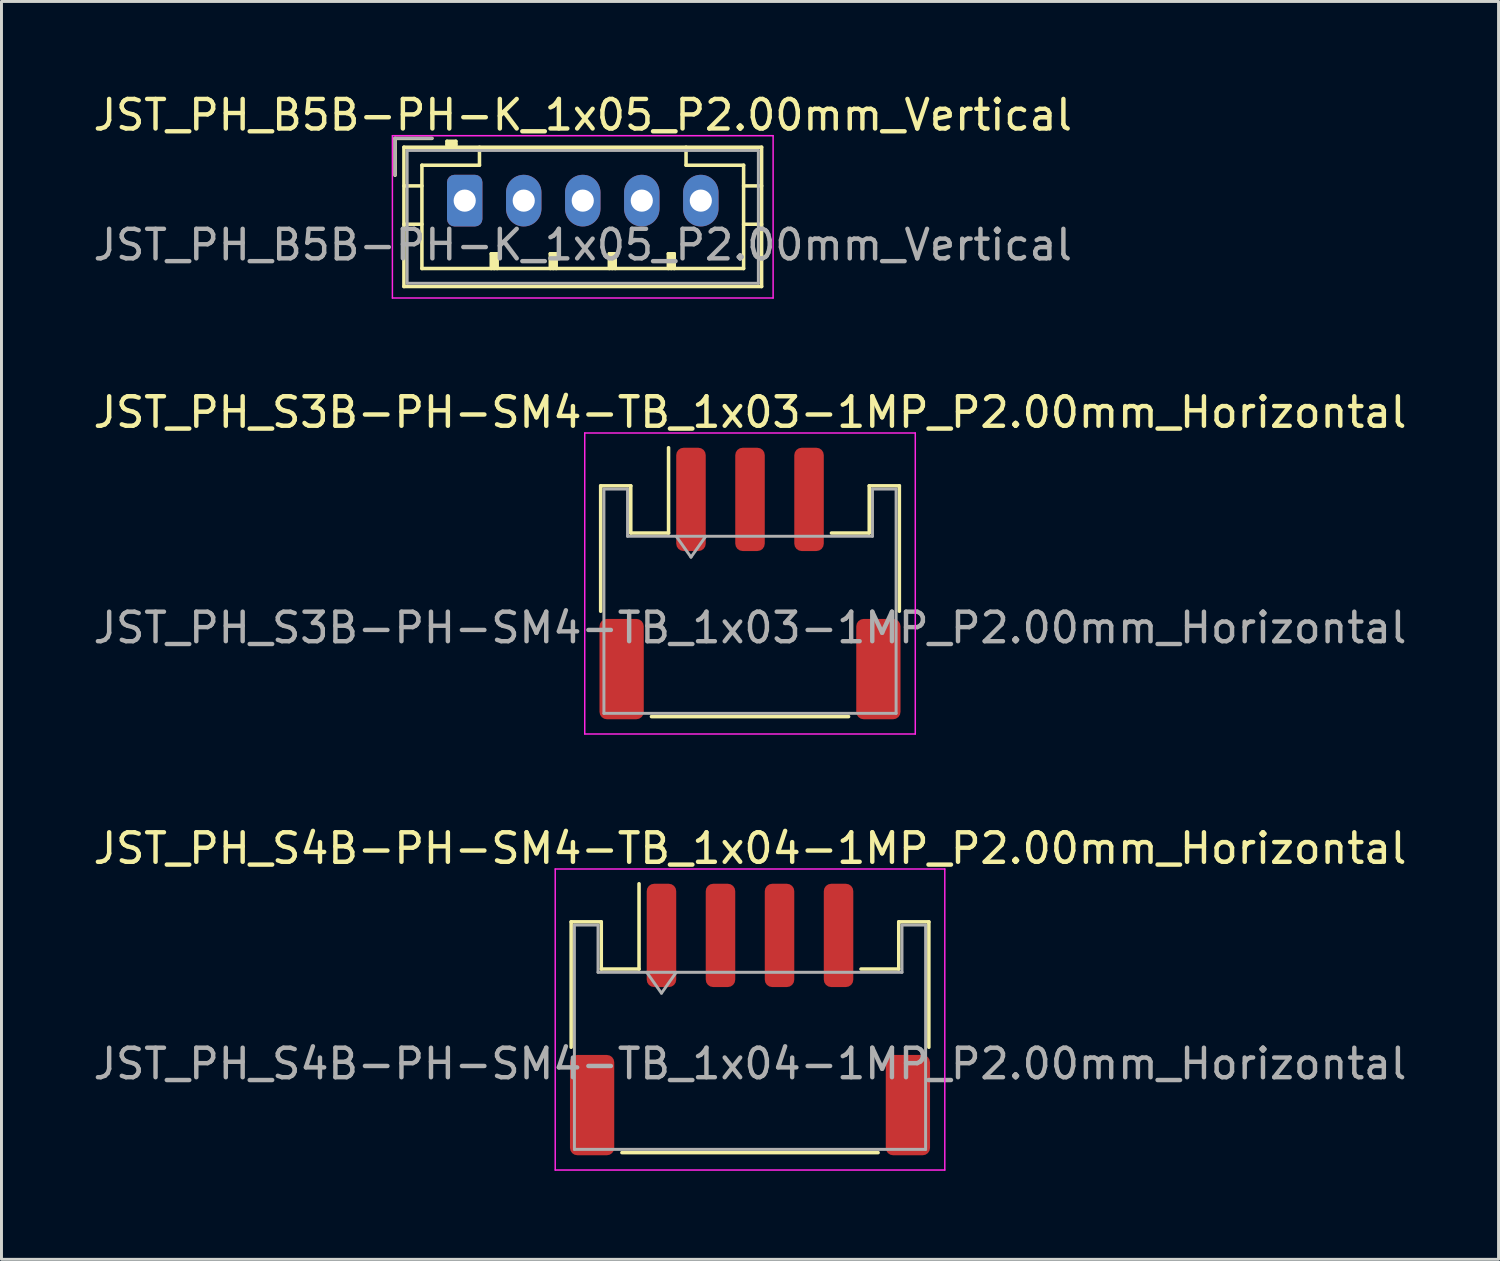
<source format=kicad_pcb>
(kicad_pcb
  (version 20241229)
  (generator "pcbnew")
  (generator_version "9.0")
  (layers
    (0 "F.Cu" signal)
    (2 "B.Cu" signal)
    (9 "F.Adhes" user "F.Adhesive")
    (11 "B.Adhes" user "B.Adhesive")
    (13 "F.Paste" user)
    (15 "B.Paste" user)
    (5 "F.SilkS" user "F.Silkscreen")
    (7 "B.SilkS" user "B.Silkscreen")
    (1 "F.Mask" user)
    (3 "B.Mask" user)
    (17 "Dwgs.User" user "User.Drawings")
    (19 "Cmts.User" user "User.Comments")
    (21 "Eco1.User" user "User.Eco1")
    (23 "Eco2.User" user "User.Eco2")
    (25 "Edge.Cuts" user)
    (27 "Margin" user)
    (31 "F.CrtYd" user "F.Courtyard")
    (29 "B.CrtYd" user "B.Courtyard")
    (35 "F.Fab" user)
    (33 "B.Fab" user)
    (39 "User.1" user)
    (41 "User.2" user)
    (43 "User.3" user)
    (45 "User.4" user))
  (footprint "JST_PH_S3B-PH-SM4-TB_1x03-1MP_P2.00mm_Horizontal"
    (layer "F.Cu")
    (at 22.363 16.721)
    (property "Reference" "JST_PH_S3B-PH-SM4-TB_1x03-1MP_P2.00mm_Horizontal" (at 0 -5.8 0) (layer "F.SilkS") (effects (font (size 1 1) (thickness 0.15))))
    (attr smd)
    (fp_line (start -5.06 -3.31) (end -4.04 -3.31) (stroke (width 0.12) (type solid)) (layer "F.SilkS"))
    (fp_line (start -5.06 0.94) (end -5.06 -3.31) (stroke (width 0.12) (type solid)) (layer "F.SilkS"))
    (fp_line (start -4.04 -3.31) (end -4.04 -1.71) (stroke (width 0.12) (type solid)) (layer "F.SilkS"))
    (fp_line (start -4.04 -1.71) (end -2.76 -1.71) (stroke (width 0.12) (type solid)) (layer "F.SilkS"))
    (fp_line (start -3.34 4.51) (end 3.34 4.51) (stroke (width 0.12) (type solid)) (layer "F.SilkS"))
    (fp_line (start -2.76 -1.71) (end -2.76 -4.6) (stroke (width 0.12) (type solid)) (layer "F.SilkS"))
    (fp_line (start 4.04 -3.31) (end 4.04 -1.71) (stroke (width 0.12) (type solid)) (layer "F.SilkS"))
    (fp_line (start 4.04 -1.71) (end 2.76 -1.71) (stroke (width 0.12) (type solid)) (layer "F.SilkS"))
    (fp_line (start 5.06 -3.31) (end 4.04 -3.31) (stroke (width 0.12) (type solid)) (layer "F.SilkS"))
    (fp_line (start 5.06 0.94) (end 5.06 -3.31) (stroke (width 0.12) (type solid)) (layer "F.SilkS"))
    (fp_line (start -5.6 -5.1) (end -5.6 5.1) (stroke (width 0.05) (type solid)) (layer "F.CrtYd"))
    (fp_line (start -5.6 5.1) (end 5.6 5.1) (stroke (width 0.05) (type solid)) (layer "F.CrtYd"))
    (fp_line (start 5.6 -5.1) (end -5.6 -5.1) (stroke (width 0.05) (type solid)) (layer "F.CrtYd"))
    (fp_line (start 5.6 5.1) (end 5.6 -5.1) (stroke (width 0.05) (type solid)) (layer "F.CrtYd"))
    (fp_line (start -4.95 -3.2) (end -4.95 4.4) (stroke (width 0.1) (type solid)) (layer "F.Fab"))
    (fp_line (start -4.95 -3.2) (end -4.15 -3.2) (stroke (width 0.1) (type solid)) (layer "F.Fab"))
    (fp_line (start -4.95 4.4) (end 4.95 4.4) (stroke (width 0.1) (type solid)) (layer "F.Fab"))
    (fp_line (start -4.15 -3.2) (end -4.15 -1.6) (stroke (width 0.1) (type solid)) (layer "F.Fab"))
    (fp_line (start -4.15 -1.6) (end 4.15 -1.6) (stroke (width 0.1) (type solid)) (layer "F.Fab"))
    (fp_line (start -2.5 -1.6) (end -2 -0.893) (stroke (width 0.1) (type solid)) (layer "F.Fab"))
    (fp_line (start -2 -0.893) (end -1.5 -1.6) (stroke (width 0.1) (type solid)) (layer "F.Fab"))
    (fp_line (start 4.15 -3.2) (end 4.95 -3.2) (stroke (width 0.1) (type solid)) (layer "F.Fab"))
    (fp_line (start 4.15 -1.6) (end 4.15 -3.2) (stroke (width 0.1) (type solid)) (layer "F.Fab"))
    (fp_line (start 4.95 -3.2) (end 4.95 4.4) (stroke (width 0.1) (type solid)) (layer "F.Fab"))
    (fp_text user "${REFERENCE}" (at 0 1.5 0) (layer "F.Fab") (effects (font (size 1 1) (thickness 0.15))))
    (pad "1" smd roundrect (at -2 -2.85) (size 1 3.5) (layers "F.Cu" "F.Mask" "F.Paste") (roundrect_rratio 0.25))
    (pad "2" smd roundrect (at 0 -2.85) (size 1 3.5) (layers "F.Cu" "F.Mask" "F.Paste") (roundrect_rratio 0.25))
    (pad "3" smd roundrect (at 2 -2.85) (size 1 3.5) (layers "F.Cu" "F.Mask" "F.Paste") (roundrect_rratio 0.25))
    (pad "MP" smd roundrect (at -4.35 2.9) (size 1.5 3.4) (layers "F.Cu" "F.Mask" "F.Paste") (roundrect_rratio 0.167))
    (pad "MP" smd roundrect (at 4.35 2.9) (size 1.5 3.4) (layers "F.Cu" "F.Mask" "F.Paste") (roundrect_rratio 0.167)))
  (footprint "JST_PH_S4B-PH-SM4-TB_1x04-1MP_P2.00mm_Horizontal"
    (layer "F.Cu")
    (at 22.363 31.495)
    (property "Reference" "JST_PH_S4B-PH-SM4-TB_1x04-1MP_P2.00mm_Horizontal" (at 0 -5.8 0) (layer "F.SilkS") (effects (font (size 1 1) (thickness 0.15))))
    (attr smd)
    (fp_line (start -6.06 -3.31) (end -5.04 -3.31) (stroke (width 0.12) (type solid)) (layer "F.SilkS"))
    (fp_line (start -6.06 0.94) (end -6.06 -3.31) (stroke (width 0.12) (type solid)) (layer "F.SilkS"))
    (fp_line (start -5.04 -3.31) (end -5.04 -1.71) (stroke (width 0.12) (type solid)) (layer "F.SilkS"))
    (fp_line (start -5.04 -1.71) (end -3.76 -1.71) (stroke (width 0.12) (type solid)) (layer "F.SilkS"))
    (fp_line (start -4.34 4.51) (end 4.34 4.51) (stroke (width 0.12) (type solid)) (layer "F.SilkS"))
    (fp_line (start -3.76 -1.71) (end -3.76 -4.6) (stroke (width 0.12) (type solid)) (layer "F.SilkS"))
    (fp_line (start 5.04 -3.31) (end 5.04 -1.71) (stroke (width 0.12) (type solid)) (layer "F.SilkS"))
    (fp_line (start 5.04 -1.71) (end 3.76 -1.71) (stroke (width 0.12) (type solid)) (layer "F.SilkS"))
    (fp_line (start 6.06 -3.31) (end 5.04 -3.31) (stroke (width 0.12) (type solid)) (layer "F.SilkS"))
    (fp_line (start 6.06 0.94) (end 6.06 -3.31) (stroke (width 0.12) (type solid)) (layer "F.SilkS"))
    (fp_line (start -6.6 -5.1) (end -6.6 5.1) (stroke (width 0.05) (type solid)) (layer "F.CrtYd"))
    (fp_line (start -6.6 5.1) (end 6.6 5.1) (stroke (width 0.05) (type solid)) (layer "F.CrtYd"))
    (fp_line (start 6.6 -5.1) (end -6.6 -5.1) (stroke (width 0.05) (type solid)) (layer "F.CrtYd"))
    (fp_line (start 6.6 5.1) (end 6.6 -5.1) (stroke (width 0.05) (type solid)) (layer "F.CrtYd"))
    (fp_line (start -5.95 -3.2) (end -5.95 4.4) (stroke (width 0.1) (type solid)) (layer "F.Fab"))
    (fp_line (start -5.95 -3.2) (end -5.15 -3.2) (stroke (width 0.1) (type solid)) (layer "F.Fab"))
    (fp_line (start -5.95 4.4) (end 5.95 4.4) (stroke (width 0.1) (type solid)) (layer "F.Fab"))
    (fp_line (start -5.15 -3.2) (end -5.15 -1.6) (stroke (width 0.1) (type solid)) (layer "F.Fab"))
    (fp_line (start -5.15 -1.6) (end 5.15 -1.6) (stroke (width 0.1) (type solid)) (layer "F.Fab"))
    (fp_line (start -3.5 -1.6) (end -3 -0.893) (stroke (width 0.1) (type solid)) (layer "F.Fab"))
    (fp_line (start -3 -0.893) (end -2.5 -1.6) (stroke (width 0.1) (type solid)) (layer "F.Fab"))
    (fp_line (start 5.15 -3.2) (end 5.95 -3.2) (stroke (width 0.1) (type solid)) (layer "F.Fab"))
    (fp_line (start 5.15 -1.6) (end 5.15 -3.2) (stroke (width 0.1) (type solid)) (layer "F.Fab"))
    (fp_line (start 5.95 -3.2) (end 5.95 4.4) (stroke (width 0.1) (type solid)) (layer "F.Fab"))
    (fp_text user "${REFERENCE}" (at 0 1.5 0) (layer "F.Fab") (effects (font (size 1 1) (thickness 0.15))))
    (pad "1" smd roundrect (at -3 -2.85) (size 1 3.5) (layers "F.Cu" "F.Mask" "F.Paste") (roundrect_rratio 0.25))
    (pad "2" smd roundrect (at -1 -2.85) (size 1 3.5) (layers "F.Cu" "F.Mask" "F.Paste") (roundrect_rratio 0.25))
    (pad "3" smd roundrect (at 1 -2.85) (size 1 3.5) (layers "F.Cu" "F.Mask" "F.Paste") (roundrect_rratio 0.25))
    (pad "4" smd roundrect (at 3 -2.85) (size 1 3.5) (layers "F.Cu" "F.Mask" "F.Paste") (roundrect_rratio 0.25))
    (pad "MP" smd roundrect (at -5.35 2.9) (size 1.5 3.4) (layers "F.Cu" "F.Mask" "F.Paste") (roundrect_rratio 0.167))
    (pad "MP" smd roundrect (at 5.35 2.9) (size 1.5 3.4) (layers "F.Cu" "F.Mask" "F.Paste") (roundrect_rratio 0.167)))
  (footprint "JST_PH_B5B-PH-K_1x05_P2.00mm_Vertical"
    (layer "F.Cu")
    (at 12.696 3.748)
    (property "Reference" "JST_PH_B5B-PH-K_1x05_P2.00mm_Vertical" (at 4 -2.9 0) (layer "F.SilkS") (effects (font (size 1 1) (thickness 0.15))))
    (attr through_hole)
    (fp_line (start -2.36 -2.11) (end -2.36 -0.86) (stroke (width 0.12) (type solid)) (layer "F.SilkS"))
    (fp_line (start -2.06 -1.81) (end -2.06 2.91) (stroke (width 0.12) (type solid)) (layer "F.SilkS"))
    (fp_line (start -2.06 -0.5) (end -1.45 -0.5) (stroke (width 0.12) (type solid)) (layer "F.SilkS"))
    (fp_line (start -2.06 0.8) (end -1.45 0.8) (stroke (width 0.12) (type solid)) (layer "F.SilkS"))
    (fp_line (start -2.06 2.91) (end 10.06 2.91) (stroke (width 0.12) (type solid)) (layer "F.SilkS"))
    (fp_line (start -1.45 -1.2) (end -1.45 2.3) (stroke (width 0.12) (type solid)) (layer "F.SilkS"))
    (fp_line (start -1.45 2.3) (end 9.45 2.3) (stroke (width 0.12) (type solid)) (layer "F.SilkS"))
    (fp_line (start -1.11 -2.11) (end -2.36 -2.11) (stroke (width 0.12) (type solid)) (layer "F.SilkS"))
    (fp_line (start -0.6 -2.01) (end -0.6 -1.81) (stroke (width 0.12) (type solid)) (layer "F.SilkS"))
    (fp_line (start -0.3 -2.01) (end -0.6 -2.01) (stroke (width 0.12) (type solid)) (layer "F.SilkS"))
    (fp_line (start -0.3 -1.91) (end -0.6 -1.91) (stroke (width 0.12) (type solid)) (layer "F.SilkS"))
    (fp_line (start -0.3 -1.81) (end -0.3 -2.01) (stroke (width 0.12) (type solid)) (layer "F.SilkS"))
    (fp_line (start 0.5 -1.81) (end 0.5 -1.2) (stroke (width 0.12) (type solid)) (layer "F.SilkS"))
    (fp_line (start 0.5 -1.2) (end -1.45 -1.2) (stroke (width 0.12) (type solid)) (layer "F.SilkS"))
    (fp_line (start 0.9 1.8) (end 1.1 1.8) (stroke (width 0.12) (type solid)) (layer "F.SilkS"))
    (fp_line (start 0.9 2.3) (end 0.9 1.8) (stroke (width 0.12) (type solid)) (layer "F.SilkS"))
    (fp_line (start 1 2.3) (end 1 1.8) (stroke (width 0.12) (type solid)) (layer "F.SilkS"))
    (fp_line (start 1.1 1.8) (end 1.1 2.3) (stroke (width 0.12) (type solid)) (layer "F.SilkS"))
    (fp_line (start 2.9 1.8) (end 3.1 1.8) (stroke (width 0.12) (type solid)) (layer "F.SilkS"))
    (fp_line (start 2.9 2.3) (end 2.9 1.8) (stroke (width 0.12) (type solid)) (layer "F.SilkS"))
    (fp_line (start 3 2.3) (end 3 1.8) (stroke (width 0.12) (type solid)) (layer "F.SilkS"))
    (fp_line (start 3.1 1.8) (end 3.1 2.3) (stroke (width 0.12) (type solid)) (layer "F.SilkS"))
    (fp_line (start 4.9 1.8) (end 5.1 1.8) (stroke (width 0.12) (type solid)) (layer "F.SilkS"))
    (fp_line (start 4.9 2.3) (end 4.9 1.8) (stroke (width 0.12) (type solid)) (layer "F.SilkS"))
    (fp_line (start 5 2.3) (end 5 1.8) (stroke (width 0.12) (type solid)) (layer "F.SilkS"))
    (fp_line (start 5.1 1.8) (end 5.1 2.3) (stroke (width 0.12) (type solid)) (layer "F.SilkS"))
    (fp_line (start 6.9 1.8) (end 7.1 1.8) (stroke (width 0.12) (type solid)) (layer "F.SilkS"))
    (fp_line (start 6.9 2.3) (end 6.9 1.8) (stroke (width 0.12) (type solid)) (layer "F.SilkS"))
    (fp_line (start 7 2.3) (end 7 1.8) (stroke (width 0.12) (type solid)) (layer "F.SilkS"))
    (fp_line (start 7.1 1.8) (end 7.1 2.3) (stroke (width 0.12) (type solid)) (layer "F.SilkS"))
    (fp_line (start 7.5 -1.2) (end 7.5 -1.81) (stroke (width 0.12) (type solid)) (layer "F.SilkS"))
    (fp_line (start 9.45 -1.2) (end 7.5 -1.2) (stroke (width 0.12) (type solid)) (layer "F.SilkS"))
    (fp_line (start 9.45 2.3) (end 9.45 -1.2) (stroke (width 0.12) (type solid)) (layer "F.SilkS"))
    (fp_line (start 10.06 -1.81) (end -2.06 -1.81) (stroke (width 0.12) (type solid)) (layer "F.SilkS"))
    (fp_line (start 10.06 -0.5) (end 9.45 -0.5) (stroke (width 0.12) (type solid)) (layer "F.SilkS"))
    (fp_line (start 10.06 0.8) (end 9.45 0.8) (stroke (width 0.12) (type solid)) (layer "F.SilkS"))
    (fp_line (start 10.06 2.91) (end 10.06 -1.81) (stroke (width 0.12) (type solid)) (layer "F.SilkS"))
    (fp_line (start -2.45 -2.2) (end -2.45 3.3) (stroke (width 0.05) (type solid)) (layer "F.CrtYd"))
    (fp_line (start -2.45 3.3) (end 10.45 3.3) (stroke (width 0.05) (type solid)) (layer "F.CrtYd"))
    (fp_line (start 10.45 -2.2) (end -2.45 -2.2) (stroke (width 0.05) (type solid)) (layer "F.CrtYd"))
    (fp_line (start 10.45 3.3) (end 10.45 -2.2) (stroke (width 0.05) (type solid)) (layer "F.CrtYd"))
    (fp_line (start -2.36 -2.11) (end -2.36 -0.86) (stroke (width 0.1) (type solid)) (layer "F.Fab"))
    (fp_line (start -1.95 -1.7) (end -1.95 2.8) (stroke (width 0.1) (type solid)) (layer "F.Fab"))
    (fp_line (start -1.95 2.8) (end 9.95 2.8) (stroke (width 0.1) (type solid)) (layer "F.Fab"))
    (fp_line (start -1.11 -2.11) (end -2.36 -2.11) (stroke (width 0.1) (type solid)) (layer "F.Fab"))
    (fp_line (start 9.95 -1.7) (end -1.95 -1.7) (stroke (width 0.1) (type solid)) (layer "F.Fab"))
    (fp_line (start 9.95 2.8) (end 9.95 -1.7) (stroke (width 0.1) (type solid)) (layer "F.Fab"))
    (fp_text user "${REFERENCE}" (at 4 1.5 0) (layer "F.Fab") (effects (font (size 1 1) (thickness 0.15))))
    (pad "1" thru_hole roundrect (at 0 0) (size 1.2 1.75) (drill 0.75) (layers "*.Cu" "*.Mask") (roundrect_rratio 0.208))
    (pad "2" thru_hole oval (at 2 0) (size 1.2 1.75) (drill 0.75) (layers "*.Cu" "*.Mask"))
    (pad "3" thru_hole oval (at 4 0) (size 1.2 1.75) (drill 0.75) (layers "*.Cu" "*.Mask"))
    (pad "4" thru_hole oval (at 6 0) (size 1.2 1.75) (drill 0.75) (layers "*.Cu" "*.Mask"))
    (pad "5" thru_hole oval (at 8 0) (size 1.2 1.75) (drill 0.75) (layers "*.Cu" "*.Mask")))
  (gr_rect
    (start -3 -3)
    (end 47.726 39.62)
    (stroke (width 0.1) (type default))
    (fill no)
    (layer "Edge.Cuts")))
</source>
